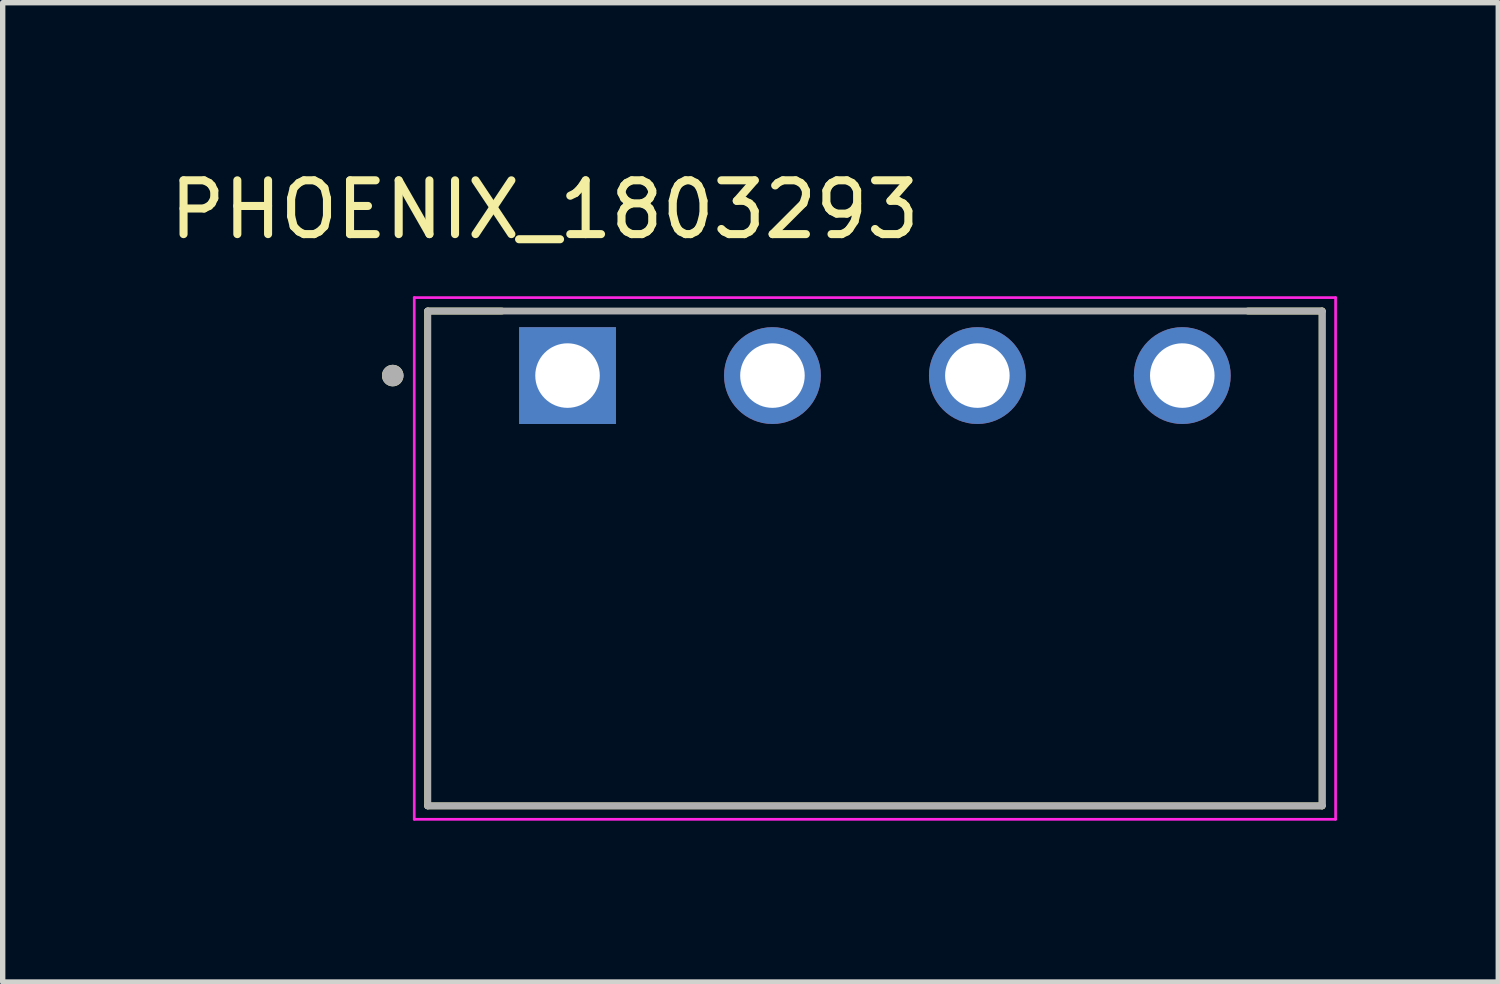
<source format=kicad_pcb>
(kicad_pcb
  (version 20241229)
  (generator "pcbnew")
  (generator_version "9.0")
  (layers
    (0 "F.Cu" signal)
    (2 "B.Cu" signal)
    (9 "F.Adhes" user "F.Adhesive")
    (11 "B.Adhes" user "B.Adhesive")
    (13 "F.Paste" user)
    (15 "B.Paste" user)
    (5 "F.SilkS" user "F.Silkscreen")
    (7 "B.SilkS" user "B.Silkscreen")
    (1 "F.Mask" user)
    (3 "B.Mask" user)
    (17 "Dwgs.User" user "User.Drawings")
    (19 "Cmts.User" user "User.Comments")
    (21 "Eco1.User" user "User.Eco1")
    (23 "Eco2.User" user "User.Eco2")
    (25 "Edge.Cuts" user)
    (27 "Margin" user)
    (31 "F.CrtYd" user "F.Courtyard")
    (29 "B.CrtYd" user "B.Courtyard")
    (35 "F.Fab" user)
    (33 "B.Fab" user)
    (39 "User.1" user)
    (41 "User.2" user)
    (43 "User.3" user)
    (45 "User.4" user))
  (footprint "PHOENIX_1803293"
    (layer "F.Cu")
    (at 4.902 11.933)
    (property "Reference" "PHOENIX_1803293" (at 2.175 -11.085 0) (layer "F.SilkS") (effects (font (size 1 1) (thickness 0.15))))
    (attr through_hole)
    (fp_line (start 0 -9.2) (end 1.38 -9.2) (stroke (width 0.127) (type solid)) (layer "F.SilkS"))
    (fp_line (start 0 0) (end 0 -9.2) (stroke (width 0.127) (type solid)) (layer "F.SilkS"))
    (fp_line (start 0 0) (end 16.63 0) (stroke (width 0.127) (type solid)) (layer "F.SilkS"))
    (fp_line (start 15.25 -9.2) (end 16.63 -9.2) (stroke (width 0.127) (type solid)) (layer "F.SilkS"))
    (fp_line (start 16.63 -9.2) (end 16.63 0) (stroke (width 0.127) (type solid)) (layer "F.SilkS"))
    (fp_circle (center -0.65 -8) (end -0.55 -8) (stroke (width 0.2) (type solid)) (fill no) (layer "F.SilkS"))
    (fp_line (start -0.25 -9.45) (end 16.88 -9.45) (stroke (width 0.05) (type solid)) (layer "F.CrtYd"))
    (fp_line (start -0.25 0.25) (end -0.25 -9.45) (stroke (width 0.05) (type solid)) (layer "F.CrtYd"))
    (fp_line (start 16.88 -9.45) (end 16.88 0.25) (stroke (width 0.05) (type solid)) (layer "F.CrtYd"))
    (fp_line (start 16.88 0.25) (end -0.25 0.25) (stroke (width 0.05) (type solid)) (layer "F.CrtYd"))
    (fp_line (start 0 -9.2) (end 16.63 -9.2) (stroke (width 0.127) (type solid)) (layer "F.Fab"))
    (fp_line (start 0 0) (end 0 -9.2) (stroke (width 0.127) (type solid)) (layer "F.Fab"))
    (fp_line (start 16.63 -9.2) (end 16.63 0) (stroke (width 0.127) (type solid)) (layer "F.Fab"))
    (fp_line (start 16.63 0) (end 0 0) (stroke (width 0.127) (type solid)) (layer "F.Fab"))
    (fp_circle (center -0.65 -8) (end -0.55 -8) (stroke (width 0.2) (type solid)) (fill no) (layer "F.Fab"))
    (pad "01" thru_hole rect (at 2.6 -8) (size 1.8 1.8) (drill 1.2) (layers "*.Cu" "*.Mask"))
    (pad "02" thru_hole circle (at 6.41 -8) (size 1.8 1.8) (drill 1.2) (layers "*.Cu" "*.Mask"))
    (pad "03" thru_hole circle (at 10.22 -8) (size 1.8 1.8) (drill 1.2) (layers "*.Cu" "*.Mask"))
    (pad "04" thru_hole circle (at 14.03 -8) (size 1.8 1.8) (drill 1.2) (layers "*.Cu" "*.Mask")))
  (gr_rect
    (start -3 -3)
    (end 24.807 15.208)
    (stroke (width 0.1) (type default))
    (fill no)
    (layer "Edge.Cuts")))
</source>
